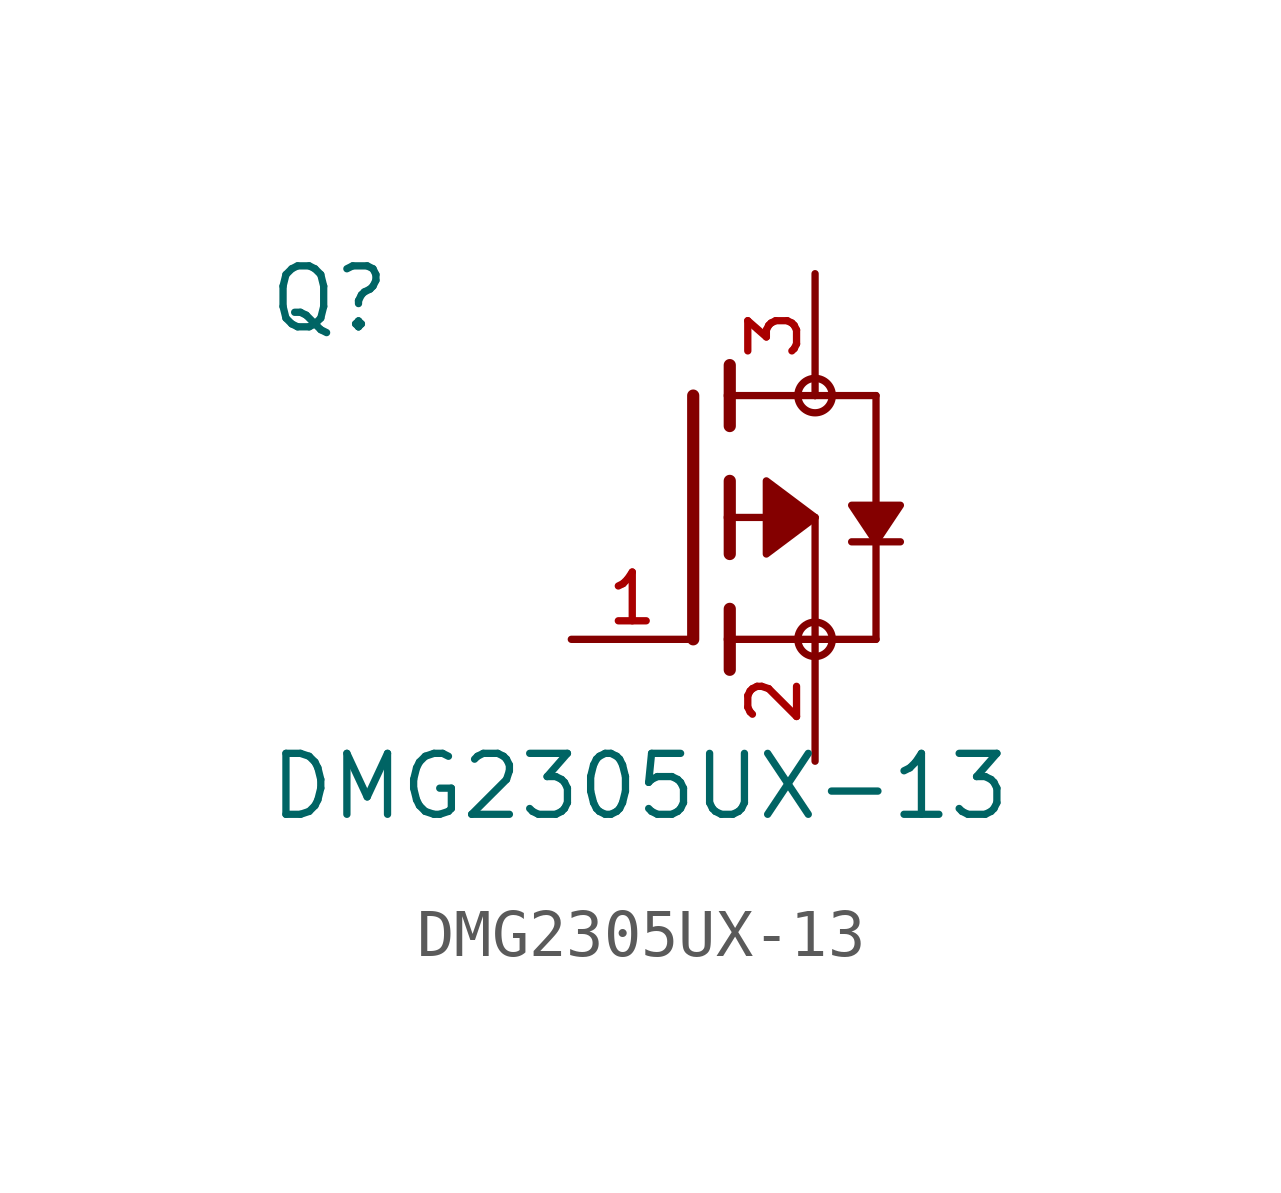
<source format=kicad_sym>
(kicad_symbol_lib
  (version 20211014)
  (generator kicad_symbol_editor)
  (symbol "DMG2305UX-13"
    (pin_names
      (offset 1.016))
    (property "Reference" "Q"
      (at -8.89 3.81 0)
      (effects (font (size 1.27 1.27)) (justify bottom left)))
    (property "Value" "DMG2305UX-13"
      (at -8.89 -6.35 0)
      (effects (font (size 1.27 1.27)) (justify bottom left)))
    (symbol "DMG2305UX-13_0_0"
      (polyline (pts (xy 0.762 -0.762) (xy 0.762 0.0)) (stroke (width 0.254)))
      (polyline (pts (xy 0.762 0.0) (xy 0.762 0.762)) (stroke (width 0.254)))
      (polyline (pts (xy 0.762 -3.175) (xy 0.762 -2.54)) (stroke (width 0.254)))
      (polyline (pts (xy 0.762 -2.54) (xy 0.762 -1.905)) (stroke (width 0.254)))
      (polyline (pts (xy 0.762 0.0) (xy 2.54 0.0)) (stroke (width 0.152)))
      (polyline (pts (xy 0.762 1.905) (xy 0.762 2.54)) (stroke (width 0.254)))
      (polyline (pts (xy 0.762 2.54) (xy 0.762 3.175)) (stroke (width 0.254)))
      (polyline (pts (xy 0.0 -2.54) (xy 0.0 2.54)) (stroke (width 0.254)))
      (polyline (pts (xy 2.54 2.54) (xy 0.762 2.54)) (stroke (width 0.152)))
      (polyline (pts (xy 0.762 -2.54) (xy 2.54 -2.54)) (stroke (width 0.152)))
      (circle (center 2.54 2.54) (radius 0.359) (stroke (width 0.0)) (fill (type none)))
      (circle (center 2.54 -2.54) (radius 0.359) (stroke (width 0.0)) (fill (type none)))
      (polyline (pts (xy 2.54 0.0) (xy 1.524 0.762) (xy 1.524 -0.762) (xy 2.54 0.0)) (stroke (width 0.152)) (fill (type outline)))
      (polyline (pts (xy 2.54 -2.54) (xy 2.54 0.0)) (stroke (width 0.152)))
      (polyline (pts (xy 3.81 2.54) (xy 3.81 -0.508)) (stroke (width 0.152)))
      (polyline (pts (xy 3.81 -0.508) (xy 3.81 -2.54)) (stroke (width 0.152)))
      (polyline (pts (xy 2.54 -2.54) (xy 3.81 -2.54)) (stroke (width 0.152)))
      (polyline (pts (xy 2.54 2.54) (xy 3.81 2.54)) (stroke (width 0.152)))
      (polyline (pts (xy 4.318 -0.508) (xy 3.81 -0.508)) (stroke (width 0.152)))
      (polyline (pts (xy 3.81 -0.508) (xy 3.302 -0.508)) (stroke (width 0.152)))
      (polyline (pts (xy 3.81 -0.508) (xy 3.302 0.254) (xy 4.318 0.254) (xy 3.81 -0.508)) (stroke (width 0.152)) (fill (type outline)))
      (pin passive line (at 2.54 5.08 270.0) (length 2.54) (name "~" (effects (font (size 1.016 1.016)))) (number "3" (effects (font (size 1.016 1.016)))))
      (pin passive line (at -2.54 -2.54 0) (length 2.54) (name "~" (effects (font (size 1.016 1.016)))) (number "1" (effects (font (size 1.016 1.016)))))
      (pin passive line (at 2.54 -5.08 90.0) (length 2.54) (name "~" (effects (font (size 1.016 1.016)))) (number "2" (effects (font (size 1.016 1.016))))))))
</source>
